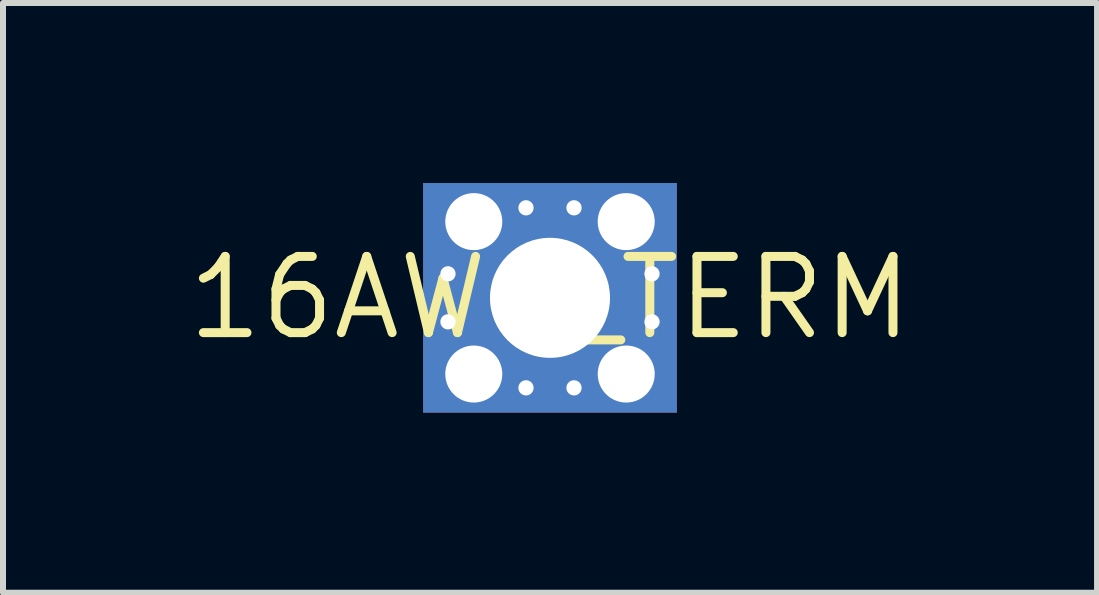
<source format=kicad_pcb>
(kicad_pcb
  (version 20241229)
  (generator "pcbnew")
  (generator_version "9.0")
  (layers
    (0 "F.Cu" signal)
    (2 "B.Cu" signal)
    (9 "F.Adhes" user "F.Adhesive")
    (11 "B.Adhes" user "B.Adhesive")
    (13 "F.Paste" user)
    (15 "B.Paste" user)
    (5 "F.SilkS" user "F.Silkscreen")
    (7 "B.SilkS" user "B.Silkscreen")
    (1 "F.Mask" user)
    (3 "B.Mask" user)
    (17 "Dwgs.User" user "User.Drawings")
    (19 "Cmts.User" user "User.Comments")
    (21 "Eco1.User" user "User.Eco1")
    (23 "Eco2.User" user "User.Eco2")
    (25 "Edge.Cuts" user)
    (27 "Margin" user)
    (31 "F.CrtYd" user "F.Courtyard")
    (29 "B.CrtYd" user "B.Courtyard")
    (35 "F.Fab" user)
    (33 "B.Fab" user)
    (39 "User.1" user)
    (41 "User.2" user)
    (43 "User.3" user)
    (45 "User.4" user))
  (footprint "16AWG_TERM"
    (layer "F.Cu")
    (at 6.115 1.913)
    (property "Reference" "16AWG_TERM" (at 0 0 0) (layer "F.SilkS") (effects (font (size 1.27 1.27) (thickness 0.15))))
    (fp_poly (pts (xy 2.114 1.913) (xy -2.114 1.913) (xy -2.114 -1.913) (xy 2.114 -1.913)) (stroke (width 0) (type default)) (fill yes) (layer "F.Cu"))
    (fp_poly (pts (xy 2.114 1.913) (xy -2.114 1.913) (xy -2.114 -1.913) (xy 2.114 -1.913)) (stroke (width 0) (type default)) (fill yes) (layer "F.Mask"))
    (fp_poly (pts (xy 2.114 1.913) (xy -2.114 1.913) (xy -2.114 -1.913) (xy 2.114 -1.913)) (stroke (width 0) (type default)) (fill yes) (layer "B.Cu"))
    (fp_poly (pts (xy 2.114 1.913) (xy -2.114 1.913) (xy -2.114 -1.913) (xy 2.114 -1.913)) (stroke (width 0) (type default)) (fill yes) (layer "B.Mask"))
    (fp_poly (pts (xy 2.114 1.913) (xy -2.114 1.913) (xy -2.114 -1.913) (xy 2.114 -1.913)) (stroke (width 0) (type default)) (fill yes) (layer "In1.Cu"))
    (fp_poly (pts (xy 2.114 1.913) (xy -2.114 1.913) (xy -2.114 -1.913) (xy 2.114 -1.913)) (stroke (width 0) (type default)) (fill yes) (layer "In2.Cu"))
    (pad "1" thru_hole circle (at 0 0) (size 2.6 2.6) (drill 2) (layers "*.Cu" "*.Mask"))
    (pad "2" thru_hole circle (at -1.7 -0.4) (size 0.559 0.559) (drill 0.254) (layers "*.Cu"))
    (pad "3" thru_hole circle (at -1.7 0.4) (size 0.559 0.559) (drill 0.254) (layers "*.Cu"))
    (pad "4" thru_hole circle (at 1.7 -0.4) (size 0.559 0.559) (drill 0.254) (layers "*.Cu"))
    (pad "5" thru_hole circle (at 1.7 0.4) (size 0.559 0.559) (drill 0.254) (layers "*.Cu"))
    (pad "6" thru_hole circle (at -0.4 -1.5) (size 0.559 0.559) (drill 0.254) (layers "*.Cu"))
    (pad "7" thru_hole circle (at 0.4 -1.5) (size 0.559 0.559) (drill 0.254) (layers "*.Cu"))
    (pad "8" thru_hole circle (at -0.4 1.5) (size 0.559 0.559) (drill 0.254) (layers "*.Cu"))
    (pad "9" thru_hole circle (at 0.4 1.5) (size 0.559 0.559) (drill 0.254) (layers "*.Cu"))
    (pad "10" thru_hole circle (at -1.27 -1.27) (size 1.255 1.255) (drill 0.95) (layers "*.Cu"))
    (pad "11" thru_hole circle (at 1.27 -1.27) (size 1.255 1.255) (drill 0.95) (layers "*.Cu"))
    (pad "12" thru_hole circle (at -1.27 1.27) (size 1.255 1.255) (drill 0.95) (layers "*.Cu"))
    (pad "13" thru_hole circle (at 1.27 1.27) (size 1.255 1.255) (drill 0.95) (layers "*.Cu")))
  (gr_rect
    (start -3 -3)
    (end 15.231 6.827)
    (stroke (width 0.1) (type default))
    (fill no)
    (layer "Edge.Cuts")))
</source>
